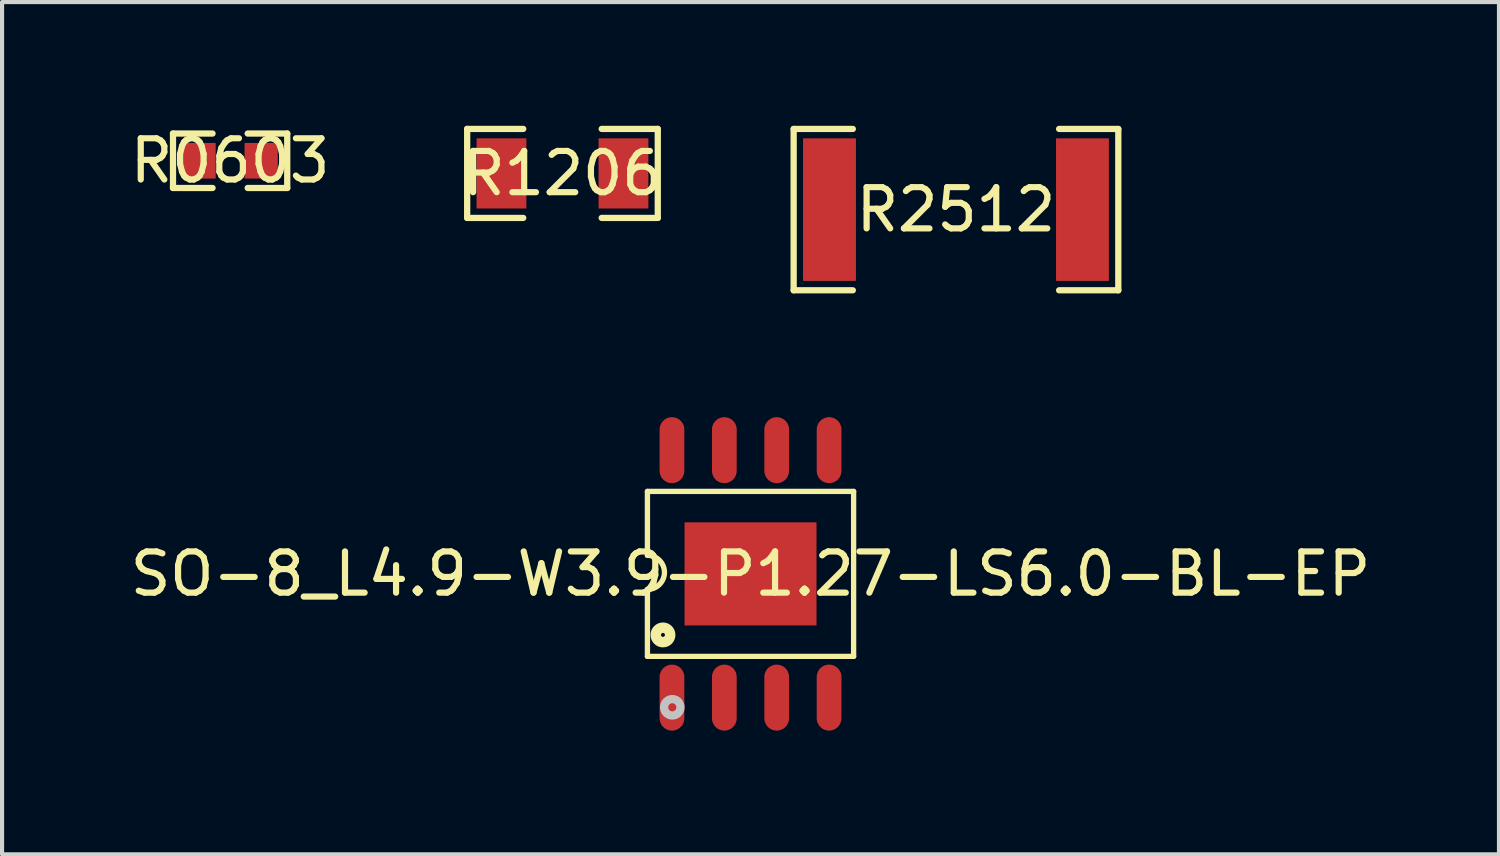
<source format=kicad_pcb>
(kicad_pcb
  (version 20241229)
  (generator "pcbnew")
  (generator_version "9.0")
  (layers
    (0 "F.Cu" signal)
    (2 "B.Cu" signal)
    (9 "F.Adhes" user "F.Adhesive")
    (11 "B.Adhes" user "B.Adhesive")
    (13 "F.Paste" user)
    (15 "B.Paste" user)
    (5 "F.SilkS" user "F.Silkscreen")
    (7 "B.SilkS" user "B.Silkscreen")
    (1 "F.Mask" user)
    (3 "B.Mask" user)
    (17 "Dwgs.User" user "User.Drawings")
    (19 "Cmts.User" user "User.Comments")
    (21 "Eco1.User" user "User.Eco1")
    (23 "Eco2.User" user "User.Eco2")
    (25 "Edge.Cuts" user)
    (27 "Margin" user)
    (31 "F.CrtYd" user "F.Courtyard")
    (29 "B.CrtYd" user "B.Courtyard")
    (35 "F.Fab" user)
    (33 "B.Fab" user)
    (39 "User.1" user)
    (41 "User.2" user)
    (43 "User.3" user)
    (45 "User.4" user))
  (footprint "SO-8_L4.9-W3.9-P1.27-LS6.0-BL-EP"
    (layer "F.Cu")
    (at 15.149 10.866)
    (property "Reference" "SO-8_L4.9-W3.9-P1.27-LS6.0-BL-EP" (at 0 0 0) (layer "F.SilkS") (effects (font (size 1 1) (thickness 0.15))))
    (fp_line (start -2.5 -2) (end -2.5 -0.45) (stroke (width 0.129) (type default)) (layer "F.SilkS"))
    (fp_line (start -2.5 -2) (end 2.5 -2) (stroke (width 0.129) (type default)) (layer "F.SilkS"))
    (fp_line (start -2.5 2) (end -2.5 0.375) (stroke (width 0.129) (type default)) (layer "F.SilkS"))
    (fp_line (start -2.5 2) (end 2.5 2) (stroke (width 0.129) (type default)) (layer "F.SilkS"))
    (fp_line (start 2.5 -2) (end 2.5 2) (stroke (width 0.129) (type default)) (layer "F.SilkS"))
    (fp_arc (start -2.5 -0.45) (mid -2.0865 -0.03725) (end -2.4995 0.376) (stroke (width 0.129) (type default)) (layer "F.SilkS"))
    (fp_circle (center -2.123 1.48) (end -1.948 1.48) (stroke (width 0.254) (type default)) (fill no) (layer "F.SilkS"))
    (fp_circle (center -1.897 3.235) (end -1.798 3.235) (stroke (width 0.2) (type default)) (fill no) (layer "Dwgs.User"))
    (fp_poly (pts (xy -1.7 -2.577) (xy -2.11 -2.577) (xy -2.11 -2.977) (xy -1.7 -2.977)) (stroke (width 0.1) (type default)) (fill no) (layer "User.1"))
    (fp_poly (pts (xy -1.7 -1.962) (xy -2.11 -1.962) (xy -2.11 -2.582) (xy -1.7 -2.582)) (stroke (width 0.1) (type default)) (fill no) (layer "User.1"))
    (fp_poly (pts (xy -1.7 2.574) (xy -2.11 2.574) (xy -2.11 1.954) (xy -1.7 1.954)) (stroke (width 0.1) (type default)) (fill no) (layer "User.1"))
    (fp_poly (pts (xy -1.7 2.97) (xy -2.11 2.97) (xy -2.11 2.57) (xy -1.7 2.57)) (stroke (width 0.1) (type default)) (fill no) (layer "User.1"))
    (fp_poly (pts (xy -1.6 -1.25) (xy 1.6 -1.25) (xy 1.6 1.25) (xy -1.6 1.25)) (stroke (width 0.1) (type default)) (fill no) (layer "User.1"))
    (fp_poly (pts (xy -0.43 -2.605) (xy -0.84 -2.605) (xy -0.84 -3.005) (xy -0.43 -3.005)) (stroke (width 0.1) (type default)) (fill no) (layer "User.1"))
    (fp_poly (pts (xy -0.43 2.576) (xy -0.84 2.576) (xy -0.84 1.956) (xy -0.43 1.956)) (stroke (width 0.1) (type default)) (fill no) (layer "User.1"))
    (fp_poly (pts (xy -0.43 2.972) (xy -0.84 2.972) (xy -0.84 2.572) (xy -0.43 2.572)) (stroke (width 0.1) (type default)) (fill no) (layer "User.1"))
    (fp_poly (pts (xy -0.427 -1.99) (xy -0.838 -1.99) (xy -0.838 -2.61) (xy -0.427 -2.61)) (stroke (width 0.1) (type default)) (fill no) (layer "User.1"))
    (fp_poly (pts (xy 0.84 -2.598) (xy 0.43 -2.598) (xy 0.43 -2.998) (xy 0.84 -2.998)) (stroke (width 0.1) (type default)) (fill no) (layer "User.1"))
    (fp_poly (pts (xy 0.84 2.574) (xy 0.43 2.574) (xy 0.43 1.954) (xy 0.84 1.954)) (stroke (width 0.1) (type default)) (fill no) (layer "User.1"))
    (fp_poly (pts (xy 0.84 2.97) (xy 0.43 2.97) (xy 0.43 2.57) (xy 0.84 2.57)) (stroke (width 0.1) (type default)) (fill no) (layer "User.1"))
    (fp_poly (pts (xy 0.843 -1.982) (xy 0.432 -1.982) (xy 0.432 -2.603) (xy 0.843 -2.603)) (stroke (width 0.1) (type default)) (fill no) (layer "User.1"))
    (fp_poly (pts (xy 2.11 -2.579) (xy 1.7 -2.579) (xy 1.7 -2.979) (xy 2.11 -2.979)) (stroke (width 0.1) (type default)) (fill no) (layer "User.1"))
    (fp_poly (pts (xy 2.11 -1.962) (xy 1.7 -1.962) (xy 1.7 -2.582) (xy 2.11 -2.582)) (stroke (width 0.1) (type default)) (fill no) (layer "User.1"))
    (fp_poly (pts (xy 2.11 2.568) (xy 1.7 2.568) (xy 1.7 1.948) (xy 2.11 1.948)) (stroke (width 0.1) (type default)) (fill no) (layer "User.1"))
    (fp_poly (pts (xy 2.11 2.962) (xy 1.7 2.962) (xy 1.7 2.562) (xy 2.11 2.562)) (stroke (width 0.1) (type default)) (fill no) (layer "User.1"))
    (fp_line (start -2.5 -2.03) (end 2.5 -2.03) (stroke (width 0.051) (type default)) (layer "User.2"))
    (fp_line (start -2.5 1.97) (end -2.5 -2.03) (stroke (width 0.051) (type default)) (layer "User.2"))
    (fp_line (start 2.5 -2.03) (end 2.5 1.97) (stroke (width 0.051) (type default)) (layer "User.2"))
    (fp_line (start 2.5 1.97) (end -2.5 1.97) (stroke (width 0.051) (type default)) (layer "User.2"))
    (fp_poly (pts (xy -2.446 2.977) (xy -2.464 2.934) (xy -2.506 2.917) (xy -2.548 2.934) (xy -2.566 2.977) (xy -2.548 3.019) (xy -2.506 3.037) (xy -2.464 3.019)) (stroke (width 0.1) (type default)) (fill no) (layer "User.3"))
    (pad "1" smd oval (at -1.905 3) (size 0.6 1.6) (layers "F.Cu" "F.Mask" "F.Paste"))
    (pad "2" smd oval (at -0.635 3) (size 0.6 1.6) (layers "F.Cu" "F.Mask" "F.Paste"))
    (pad "3" smd oval (at 0.635 3) (size 0.6 1.6) (layers "F.Cu" "F.Mask" "F.Paste"))
    (pad "4" smd oval (at 1.905 3) (size 0.6 1.6) (layers "F.Cu" "F.Mask" "F.Paste"))
    (pad "5" smd oval (at 1.905 -3) (size 0.6 1.6) (layers "F.Cu" "F.Mask" "F.Paste"))
    (pad "6" smd oval (at 0.635 -3) (size 0.6 1.6) (layers "F.Cu" "F.Mask" "F.Paste"))
    (pad "7" smd oval (at -0.635 -3) (size 0.6 1.6) (layers "F.Cu" "F.Mask" "F.Paste"))
    (pad "8" smd oval (at -1.905 -3) (size 0.6 1.6) (layers "F.Cu" "F.Mask" "F.Paste"))
    (pad "9" smd rect (at 0 0) (size 3.2 2.5) (layers "F.Cu" "F.Mask" "F.Paste")))
  (footprint "R1206"
    (layer "F.Cu")
    (at 10.589 1.155)
    (property "Reference" "R1206" (at 0 0 0) (layer "F.SilkS") (effects (font (size 1 1) (thickness 0.15))))
    (fp_line (start -2.311 -1.079) (end -0.951 -1.079) (stroke (width 0.152) (type default)) (layer "F.SilkS"))
    (fp_line (start -2.311 1.079) (end -2.311 -1.079) (stroke (width 0.152) (type default)) (layer "F.SilkS"))
    (fp_line (start -0.951 1.079) (end -2.311 1.079) (stroke (width 0.152) (type default)) (layer "F.SilkS"))
    (fp_line (start 0.951 1.079) (end 2.311 1.079) (stroke (width 0.152) (type default)) (layer "F.SilkS"))
    (fp_line (start 2.311 -1.079) (end 0.951 -1.079) (stroke (width 0.152) (type default)) (layer "F.SilkS"))
    (fp_line (start 2.311 1.079) (end 2.311 -1.079) (stroke (width 0.152) (type default)) (layer "F.SilkS"))
    (fp_poly (pts (xy -0.875 0.75) (xy -0.875 0.389) (xy -0.975 0.289) (xy -1.185 0.289) (xy -1.286 0.189) (xy -1.286 -0.189) (xy -1.185 -0.289) (xy -0.975 -0.289) (xy -0.875 -0.389) (xy -0.875 -0.75) (xy -0.975 -0.851) (xy -1.982 -0.851) (xy -2.083 -0.75) (xy -2.083 0.75) (xy -1.982 0.851) (xy -0.975 0.851)) (stroke (width 0) (type default)) (fill yes) (layer "F.Paste"))
    (fp_poly (pts (xy 0.875 0.75) (xy 0.875 0.389) (xy 0.975 0.289) (xy 1.185 0.289) (xy 1.286 0.189) (xy 1.286 -0.189) (xy 1.185 -0.289) (xy 0.975 -0.289) (xy 0.875 -0.389) (xy 0.875 -0.75) (xy 0.975 -0.851) (xy 1.982 -0.851) (xy 2.083 -0.75) (xy 2.083 0.75) (xy 1.982 0.851) (xy 0.975 0.851)) (stroke (width 0) (type default)) (fill yes) (layer "F.Paste"))
    (fp_poly (pts (xy -1.55 0.787) (xy -1.55 -0.787) (xy -1.1 -0.787) (xy -1.1 0.787)) (stroke (width 0.1) (type default)) (fill no) (layer "User.1"))
    (fp_poly (pts (xy 1.55 0.787) (xy 1.55 -0.787) (xy 1.1 -0.787) (xy 1.1 0.787)) (stroke (width 0.1) (type default)) (fill no) (layer "User.1"))
    (fp_line (start -1.55 -0.787) (end 1.55 -0.787) (stroke (width 0.051) (type default)) (layer "User.2"))
    (fp_line (start -1.55 0.787) (end -1.55 -0.787) (stroke (width 0.051) (type default)) (layer "User.2"))
    (fp_line (start 1.55 -0.787) (end 1.55 0.787) (stroke (width 0.051) (type default)) (layer "User.2"))
    (fp_line (start 1.55 0.787) (end -1.55 0.787) (stroke (width 0.051) (type default)) (layer "User.2"))
    (fp_poly (pts (xy -1.49 0.787) (xy -1.508 0.745) (xy -1.55 0.728) (xy -1.592 0.745) (xy -1.61 0.787) (xy -1.592 0.83) (xy -1.55 0.848) (xy -1.508 0.83)) (stroke (width 0.1) (type default)) (fill no) (layer "User.3"))
    (pad "1" smd rect (at -1.479 0) (size 1.208 1.701) (layers "F.Cu" "F.Mask" "F.Paste"))
    (pad "2" smd rect (at 1.479 0) (size 1.208 1.701) (layers "F.Cu" "F.Mask" "F.Paste")))
  (footprint "R0603"
    (layer "F.Cu")
    (at 2.53 0.848)
    (property "Reference" "R0603" (at 0 0 0) (layer "F.SilkS") (effects (font (size 1 1) (thickness 0.15))))
    (fp_line (start -1.385 -0.66) (end -0.426 -0.66) (stroke (width 0.152) (type default)) (layer "F.SilkS"))
    (fp_line (start -1.385 0.66) (end -1.385 -0.66) (stroke (width 0.152) (type default)) (layer "F.SilkS"))
    (fp_line (start -0.426 0.66) (end -1.385 0.66) (stroke (width 0.152) (type default)) (layer "F.SilkS"))
    (fp_line (start 0.426 0.66) (end 1.385 0.66) (stroke (width 0.152) (type default)) (layer "F.SilkS"))
    (fp_line (start 1.385 -0.66) (end 0.426 -0.66) (stroke (width 0.152) (type default)) (layer "F.SilkS"))
    (fp_line (start 1.385 0.66) (end 1.385 -0.66) (stroke (width 0.152) (type default)) (layer "F.SilkS"))
    (fp_poly (pts (xy -0.355 -0.4) (xy -0.355 -0.172) (xy -0.735 -0.172) (xy -0.735 0.158) (xy -0.355 0.158) (xy -0.355 0.4) (xy -0.405 0.45) (xy -1.195 0.45) (xy -1.245 0.4) (xy -1.245 -0.4) (xy -1.195 -0.45) (xy -0.405 -0.45)) (stroke (width 0) (type default)) (fill yes) (layer "F.Paste"))
    (fp_poly (pts (xy 1.195 -0.45) (xy 0.395 -0.45) (xy 0.345 -0.4) (xy 0.345 -0.172) (xy 0.715 -0.172) (xy 0.715 0.158) (xy 0.345 0.158) (xy 0.345 0.4) (xy 0.395 0.45) (xy 1.195 0.45) (xy 1.245 0.4) (xy 1.245 -0.4)) (stroke (width 0) (type default)) (fill yes) (layer "F.Paste"))
    (fp_poly (pts (xy -0.8 0.4) (xy -0.8 -0.4) (xy -0.5 -0.4) (xy -0.5 0.4)) (stroke (width 0.1) (type default)) (fill no) (layer "User.1"))
    (fp_poly (pts (xy 0.8 0.4) (xy 0.8 -0.4) (xy 0.5 -0.4) (xy 0.5 0.4)) (stroke (width 0.1) (type default)) (fill no) (layer "User.1"))
    (fp_line (start -0.8 -0.4) (end 0.8 -0.4) (stroke (width 0.051) (type default)) (layer "User.2"))
    (fp_line (start -0.8 0.4) (end -0.8 -0.4) (stroke (width 0.051) (type default)) (layer "User.2"))
    (fp_line (start 0.8 -0.4) (end 0.8 0.4) (stroke (width 0.051) (type default)) (layer "User.2"))
    (fp_line (start 0.8 0.4) (end -0.8 0.4) (stroke (width 0.051) (type default)) (layer "User.2"))
    (fp_poly (pts (xy -0.74 0.4) (xy -0.758 0.358) (xy -0.8 0.34) (xy -0.842 0.358) (xy -0.86 0.4) (xy -0.842 0.442) (xy -0.8 0.46) (xy -0.758 0.442)) (stroke (width 0.1) (type default)) (fill no) (layer "User.3"))
    (pad "1" smd rect (at -0.753 0) (size 0.806 0.864) (layers "F.Cu" "F.Mask" "F.Paste"))
    (pad "2" smd rect (at 0.753 0) (size 0.806 0.864) (layers "F.Cu" "F.Mask" "F.Paste")))
  (footprint "R2512"
    (layer "F.Cu")
    (at 20.131 2.033)
    (property "Reference" "R2512" (at 0 0 0) (layer "F.SilkS") (effects (font (size 1 1) (thickness 0.15))))
    (fp_line (start -3.936 -1.956) (end -2.501 -1.956) (stroke (width 0.152) (type default)) (layer "F.SilkS"))
    (fp_line (start -3.936 1.956) (end -3.936 -1.956) (stroke (width 0.152) (type default)) (layer "F.SilkS"))
    (fp_line (start -2.501 1.956) (end -3.936 1.956) (stroke (width 0.152) (type default)) (layer "F.SilkS"))
    (fp_line (start 2.501 1.956) (end 3.936 1.956) (stroke (width 0.152) (type default)) (layer "F.SilkS"))
    (fp_line (start 3.936 -1.956) (end 2.501 -1.956) (stroke (width 0.152) (type default)) (layer "F.SilkS"))
    (fp_line (start 3.936 1.956) (end 3.936 -1.956) (stroke (width 0.152) (type default)) (layer "F.SilkS"))
    (fp_poly (pts (xy -2.425 1.628) (xy -2.425 0.688) (xy -2.525 0.588) (xy -2.761 0.588) (xy -2.861 0.487) (xy -2.861 -0.487) (xy -2.761 -0.588) (xy -2.525 -0.588) (xy -2.425 -0.688) (xy -2.425 -1.628) (xy -2.525 -1.728) (xy -3.607 -1.728) (xy -3.708 -1.628) (xy -3.708 1.628) (xy -3.607 1.728) (xy -2.525 1.728)) (stroke (width 0) (type default)) (fill yes) (layer "F.Paste"))
    (fp_poly (pts (xy 2.425 1.628) (xy 2.425 0.688) (xy 2.525 0.588) (xy 2.761 0.588) (xy 2.861 0.487) (xy 2.861 -0.487) (xy 2.761 -0.588) (xy 2.525 -0.588) (xy 2.425 -0.688) (xy 2.425 -1.628) (xy 2.525 -1.728) (xy 3.607 -1.728) (xy 3.708 -1.628) (xy 3.708 1.628) (xy 3.607 1.728) (xy 2.525 1.728)) (stroke (width 0) (type default)) (fill yes) (layer "F.Paste"))
    (fp_poly (pts (xy -3.15 1.6) (xy -3.15 -1.6) (xy -2.55 -1.6) (xy -2.55 1.6)) (stroke (width 0.1) (type default)) (fill no) (layer "User.1"))
    (fp_poly (pts (xy 2.55 1.6) (xy 2.55 -1.6) (xy 3.15 -1.6) (xy 3.15 1.6)) (stroke (width 0.1) (type default)) (fill no) (layer "User.1"))
    (fp_line (start -3.15 -1.6) (end 3.15 -1.6) (stroke (width 0.051) (type default)) (layer "User.2"))
    (fp_line (start -3.15 1.6) (end -3.15 -1.6) (stroke (width 0.051) (type default)) (layer "User.2"))
    (fp_line (start 3.15 -1.6) (end 3.15 1.6) (stroke (width 0.051) (type default)) (layer "User.2"))
    (fp_line (start 3.15 1.6) (end -3.15 1.6) (stroke (width 0.051) (type default)) (layer "User.2"))
    (fp_poly (pts (xy -3.115 1.6) (xy -3.133 1.558) (xy -3.175 1.54) (xy -3.217 1.558) (xy -3.235 1.6) (xy -3.217 1.642) (xy -3.175 1.66) (xy -3.133 1.642)) (stroke (width 0.1) (type default)) (fill no) (layer "User.3"))
    (pad "1" smd rect (at -3.067 0) (size 1.282 3.456) (layers "F.Cu" "F.Mask" "F.Paste"))
    (pad "2" smd rect (at 3.067 0) (size 1.282 3.456) (layers "F.Cu" "F.Mask" "F.Paste")))
  (gr_rect
    (start -3 -3)
    (end 33.298 17.666)
    (stroke (width 0.1) (type default))
    (fill no)
    (layer "Edge.Cuts")))
</source>
